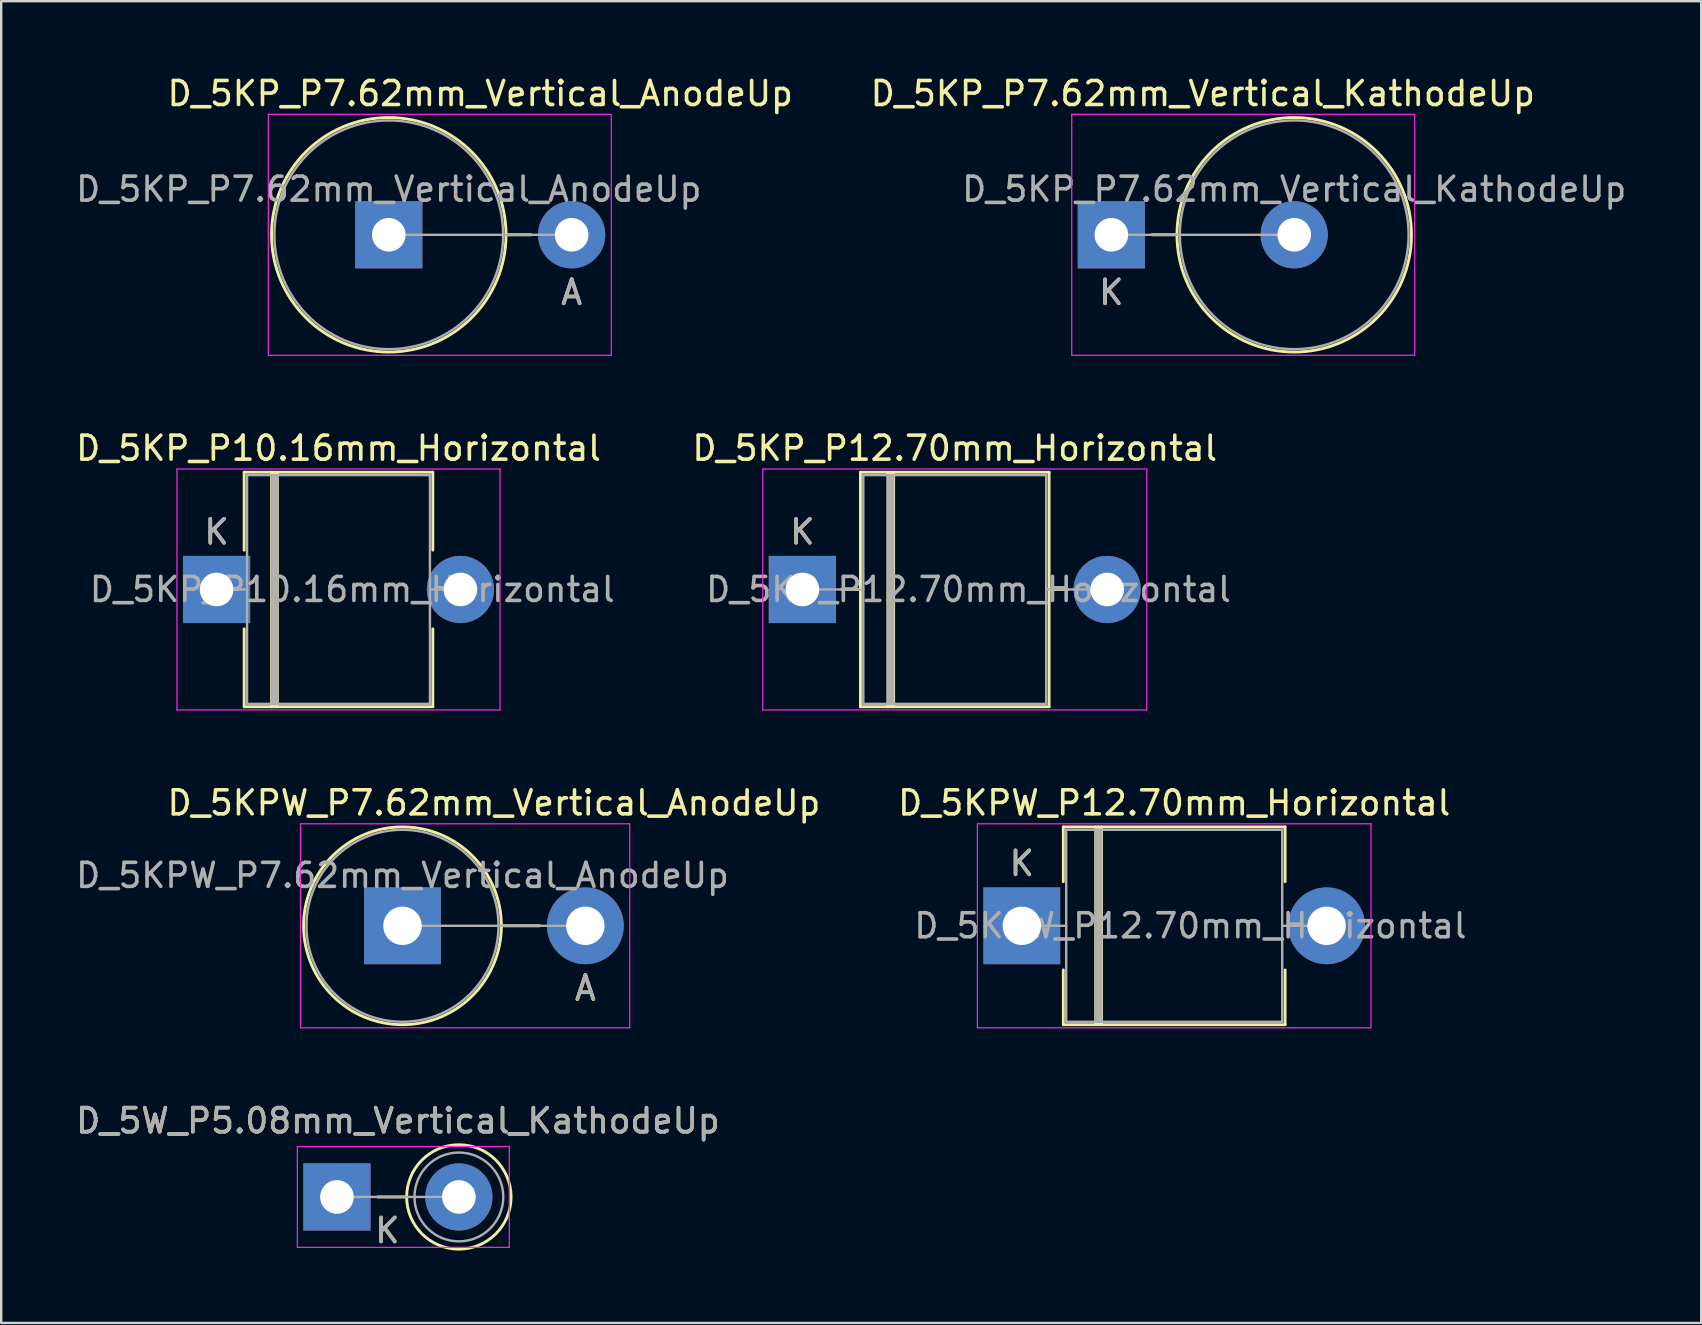
<source format=kicad_pcb>
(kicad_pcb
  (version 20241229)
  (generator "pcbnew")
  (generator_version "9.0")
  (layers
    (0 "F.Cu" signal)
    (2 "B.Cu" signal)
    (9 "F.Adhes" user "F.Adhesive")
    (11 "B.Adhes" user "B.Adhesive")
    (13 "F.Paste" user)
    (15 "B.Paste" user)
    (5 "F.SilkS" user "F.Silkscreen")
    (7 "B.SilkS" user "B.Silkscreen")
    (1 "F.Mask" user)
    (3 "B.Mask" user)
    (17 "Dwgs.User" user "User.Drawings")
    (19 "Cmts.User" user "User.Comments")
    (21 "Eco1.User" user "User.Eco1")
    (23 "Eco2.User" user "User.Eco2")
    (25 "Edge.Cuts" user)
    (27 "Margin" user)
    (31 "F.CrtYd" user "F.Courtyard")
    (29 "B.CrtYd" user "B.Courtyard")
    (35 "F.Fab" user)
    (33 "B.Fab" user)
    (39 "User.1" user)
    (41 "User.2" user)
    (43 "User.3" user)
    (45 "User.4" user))
  (footprint "D_5KPW_P7.62mm_Vertical_AnodeUp"
    (layer "F.Cu")
    (at 13.72 35.525)
    (property "Reference" "D_5KPW_P7.62mm_Vertical_AnodeUp" (at 3.81 -5.12 0) (layer "F.SilkS") (effects (font (size 1 1) (thickness 0.15))))
    (attr through_hole)
    (fp_line (start 4.12 0) (end 5.72 0) (stroke (width 0.12) (type solid)) (layer "F.SilkS"))
    (fp_circle (center 0 0) (end 4.12 0) (stroke (width 0.12) (type solid)) (fill no) (layer "F.SilkS"))
    (fp_line (start -4.25 -4.25) (end -4.25 4.25) (stroke (width 0.05) (type solid)) (layer "F.CrtYd"))
    (fp_line (start -4.25 4.25) (end 9.47 4.25) (stroke (width 0.05) (type solid)) (layer "F.CrtYd"))
    (fp_line (start 9.47 -4.25) (end -4.25 -4.25) (stroke (width 0.05) (type solid)) (layer "F.CrtYd"))
    (fp_line (start 9.47 4.25) (end 9.47 -4.25) (stroke (width 0.05) (type solid)) (layer "F.CrtYd"))
    (fp_line (start 0 0) (end 7.62 0) (stroke (width 0.1) (type solid)) (layer "F.Fab"))
    (fp_circle (center 0 0) (end 4 0) (stroke (width 0.1) (type solid)) (fill no) (layer "F.Fab"))
    (fp_text user "A" (at 7.62 2.6 0) (layer "F.SilkS") (effects (font (size 1 1) (thickness 0.15))))
    (fp_text user "${REFERENCE}" (at 0 -2.1 0) (layer "F.Fab") (effects (font (size 1 1) (thickness 0.15))))
    (fp_text user "A" (at 7.62 2.6 0) (layer "F.Fab") (effects (font (size 1 1) (thickness 0.15))))
    (pad "1" thru_hole rect (at 0 0) (size 3.2 3.2) (drill 1.6) (layers "*.Cu" "*.Mask"))
    (pad "2" thru_hole oval (at 7.62 0) (size 3.2 3.2) (drill 1.6) (layers "*.Cu" "*.Mask")))
  (footprint "D_5W_P5.08mm_Vertical_KathodeUp"
    (layer "F.Cu")
    (at 10.99 46.823)
    (property "Reference" "D_5W_P5.08mm_Vertical_KathodeUp" (at 2.54 -3.175 0) (layer "F.SilkS") (effects (font (size 1 1) (thickness 0.15))))
    (attr through_hole)
    (fp_line (start 2.905 0) (end 1.7 0) (stroke (width 0.12) (type solid)) (layer "F.SilkS"))
    (fp_circle (center 5.08 0) (end 7.255 0) (stroke (width 0.12) (type solid)) (fill no) (layer "F.SilkS"))
    (fp_line (start -1.65 -2.1) (end -1.65 2.1) (stroke (width 0.05) (type solid)) (layer "F.CrtYd"))
    (fp_line (start -1.65 2.1) (end 7.18 2.1) (stroke (width 0.05) (type solid)) (layer "F.CrtYd"))
    (fp_line (start 7.18 -2.1) (end -1.65 -2.1) (stroke (width 0.05) (type solid)) (layer "F.CrtYd"))
    (fp_line (start 7.18 2.1) (end 7.18 -2.1) (stroke (width 0.05) (type solid)) (layer "F.CrtYd"))
    (fp_line (start 0 0) (end 5.08 0) (stroke (width 0.1) (type solid)) (layer "F.Fab"))
    (fp_circle (center 5.08 0) (end 6.93 0) (stroke (width 0.1) (type solid)) (fill no) (layer "F.Fab"))
    (fp_text user "K" (at 2.1 1.4 0) (layer "F.SilkS") (effects (font (size 1 1) (thickness 0.15))))
    (fp_text user "${REFERENCE}" (at 2.54 -3.175 0) (layer "F.Fab") (effects (font (size 1 1) (thickness 0.15))))
    (fp_text user "K" (at 2.1 1.4 0) (layer "F.Fab") (effects (font (size 1 1) (thickness 0.15))))
    (pad "1" thru_hole rect (at 0 0) (size 2.8 2.8) (drill 1.4) (layers "*.Cu" "*.Mask"))
    (pad "2" thru_hole oval (at 5.08 0) (size 2.8 2.8) (drill 1.4) (layers "*.Cu" "*.Mask")))
  (footprint "D_5KP_P7.62mm_Vertical_AnodeUp"
    (layer "F.Cu")
    (at 13.149 6.733)
    (property "Reference" "D_5KP_P7.62mm_Vertical_AnodeUp" (at 3.81 -5.885 0) (layer "F.SilkS") (effects (font (size 1 1) (thickness 0.15))))
    (attr through_hole)
    (fp_line (start 4.885 0) (end 5.92 0) (stroke (width 0.12) (type solid)) (layer "F.SilkS"))
    (fp_circle (center 0 0) (end 4.885 0) (stroke (width 0.12) (type solid)) (fill no) (layer "F.SilkS"))
    (fp_line (start -5.02 -5.02) (end -5.02 5.02) (stroke (width 0.05) (type solid)) (layer "F.CrtYd"))
    (fp_line (start -5.02 5.02) (end 9.27 5.02) (stroke (width 0.05) (type solid)) (layer "F.CrtYd"))
    (fp_line (start 9.27 -5.02) (end -5.02 -5.02) (stroke (width 0.05) (type solid)) (layer "F.CrtYd"))
    (fp_line (start 9.27 5.02) (end 9.27 -5.02) (stroke (width 0.05) (type solid)) (layer "F.CrtYd"))
    (fp_line (start 0 0) (end 7.62 0) (stroke (width 0.1) (type solid)) (layer "F.Fab"))
    (fp_circle (center 0 0) (end 4.765 0) (stroke (width 0.1) (type solid)) (fill no) (layer "F.Fab"))
    (fp_text user "A" (at 7.62 2.4 0) (layer "F.SilkS") (effects (font (size 1 1) (thickness 0.15))))
    (fp_text user "A" (at 7.62 2.4 0) (layer "F.Fab") (effects (font (size 1 1) (thickness 0.15))))
    (fp_text user "${REFERENCE}" (at 0 -1.9 0) (layer "F.Fab") (effects (font (size 1 1) (thickness 0.15))))
    (pad "1" thru_hole rect (at 0 0) (size 2.8 2.8) (drill 1.4) (layers "*.Cu" "*.Mask"))
    (pad "2" thru_hole oval (at 7.62 0) (size 2.8 2.8) (drill 1.4) (layers "*.Cu" "*.Mask")))
  (footprint "D_5KPW_P12.70mm_Horizontal"
    (layer "F.Cu")
    (at 39.525 35.525)
    (property "Reference" "D_5KPW_P12.70mm_Horizontal" (at 6.35 -5.12 0) (layer "F.SilkS") (effects (font (size 1 1) (thickness 0.15))))
    (attr through_hole)
    (fp_line (start 1.73 -4.12) (end 10.97 -4.12) (stroke (width 0.12) (type solid)) (layer "F.SilkS"))
    (fp_line (start 1.73 -1.84) (end 1.73 -4.12) (stroke (width 0.12) (type solid)) (layer "F.SilkS"))
    (fp_line (start 1.73 1.84) (end 1.73 4.12) (stroke (width 0.12) (type solid)) (layer "F.SilkS"))
    (fp_line (start 1.73 4.12) (end 10.97 4.12) (stroke (width 0.12) (type solid)) (layer "F.SilkS"))
    (fp_line (start 3.08 -4.12) (end 3.08 4.12) (stroke (width 0.12) (type solid)) (layer "F.SilkS"))
    (fp_line (start 3.2 -4.12) (end 3.2 4.12) (stroke (width 0.12) (type solid)) (layer "F.SilkS"))
    (fp_line (start 3.32 -4.12) (end 3.32 4.12) (stroke (width 0.12) (type solid)) (layer "F.SilkS"))
    (fp_line (start 10.97 -4.12) (end 10.97 -1.84) (stroke (width 0.12) (type solid)) (layer "F.SilkS"))
    (fp_line (start 10.97 4.12) (end 10.97 1.84) (stroke (width 0.12) (type solid)) (layer "F.SilkS"))
    (fp_line (start -1.85 -4.25) (end -1.85 4.25) (stroke (width 0.05) (type solid)) (layer "F.CrtYd"))
    (fp_line (start -1.85 4.25) (end 14.55 4.25) (stroke (width 0.05) (type solid)) (layer "F.CrtYd"))
    (fp_line (start 14.55 -4.25) (end -1.85 -4.25) (stroke (width 0.05) (type solid)) (layer "F.CrtYd"))
    (fp_line (start 14.55 4.25) (end 14.55 -4.25) (stroke (width 0.05) (type solid)) (layer "F.CrtYd"))
    (fp_line (start 0 0) (end 1.85 0) (stroke (width 0.1) (type solid)) (layer "F.Fab"))
    (fp_line (start 1.85 -4) (end 1.85 4) (stroke (width 0.1) (type solid)) (layer "F.Fab"))
    (fp_line (start 1.85 4) (end 10.85 4) (stroke (width 0.1) (type solid)) (layer "F.Fab"))
    (fp_line (start 3.1 -4) (end 3.1 4) (stroke (width 0.1) (type solid)) (layer "F.Fab"))
    (fp_line (start 3.2 -4) (end 3.2 4) (stroke (width 0.1) (type solid)) (layer "F.Fab"))
    (fp_line (start 3.3 -4) (end 3.3 4) (stroke (width 0.1) (type solid)) (layer "F.Fab"))
    (fp_line (start 10.85 -4) (end 1.85 -4) (stroke (width 0.1) (type solid)) (layer "F.Fab"))
    (fp_line (start 10.85 4) (end 10.85 -4) (stroke (width 0.1) (type solid)) (layer "F.Fab"))
    (fp_line (start 12.7 0) (end 10.85 0) (stroke (width 0.1) (type solid)) (layer "F.Fab"))
    (fp_text user "K" (at 0 -2.6 0) (layer "F.SilkS") (effects (font (size 1 1) (thickness 0.15))))
    (fp_text user "K" (at 0 -2.6 0) (layer "F.Fab") (effects (font (size 1 1) (thickness 0.15))))
    (fp_text user "${REFERENCE}" (at 7.025 0 0) (layer "F.Fab") (effects (font (size 1 1) (thickness 0.15))))
    (pad "1" thru_hole rect (at 0 0) (size 3.2 3.2) (drill 1.6) (layers "*.Cu" "*.Mask"))
    (pad "2" thru_hole oval (at 12.7 0) (size 3.2 3.2) (drill 1.6) (layers "*.Cu" "*.Mask")))
  (footprint "D_5KP_P7.62mm_Vertical_KathodeUp"
    (layer "F.Cu")
    (at 43.256 6.733)
    (property "Reference" "D_5KP_P7.62mm_Vertical_KathodeUp" (at 3.81 -5.885 0) (layer "F.SilkS") (effects (font (size 1 1) (thickness 0.15))))
    (attr through_hole)
    (fp_line (start 2.735 0) (end 1.7 0) (stroke (width 0.12) (type solid)) (layer "F.SilkS"))
    (fp_circle (center 7.62 0) (end 12.505 0) (stroke (width 0.12) (type solid)) (fill no) (layer "F.SilkS"))
    (fp_line (start -1.65 -5.02) (end -1.65 5.02) (stroke (width 0.05) (type solid)) (layer "F.CrtYd"))
    (fp_line (start -1.65 5.02) (end 12.64 5.02) (stroke (width 0.05) (type solid)) (layer "F.CrtYd"))
    (fp_line (start 12.64 -5.02) (end -1.65 -5.02) (stroke (width 0.05) (type solid)) (layer "F.CrtYd"))
    (fp_line (start 12.64 5.02) (end 12.64 -5.02) (stroke (width 0.05) (type solid)) (layer "F.CrtYd"))
    (fp_line (start 0 0) (end 7.62 0) (stroke (width 0.1) (type solid)) (layer "F.Fab"))
    (fp_circle (center 7.62 0) (end 12.385 0) (stroke (width 0.1) (type solid)) (fill no) (layer "F.Fab"))
    (fp_text user "K" (at 0 2.4 0) (layer "F.SilkS") (effects (font (size 1 1) (thickness 0.15))))
    (fp_text user "K" (at 0 2.4 0) (layer "F.Fab") (effects (font (size 1 1) (thickness 0.15))))
    (fp_text user "${REFERENCE}" (at 7.62 -1.9 0) (layer "F.Fab") (effects (font (size 1 1) (thickness 0.15))))
    (pad "1" thru_hole rect (at 0 0) (size 2.8 2.8) (drill 1.4) (layers "*.Cu" "*.Mask"))
    (pad "2" thru_hole oval (at 7.62 0) (size 2.8 2.8) (drill 1.4) (layers "*.Cu" "*.Mask")))
  (footprint "D_5KP_P10.16mm_Horizontal"
    (layer "F.Cu")
    (at 5.974 21.512)
    (property "Reference" "D_5KP_P10.16mm_Horizontal" (at 5.08 -5.885 0) (layer "F.SilkS") (effects (font (size 1 1) (thickness 0.15))))
    (attr through_hole)
    (fp_line (start 1.15 -4.885) (end 9.01 -4.885) (stroke (width 0.12) (type solid)) (layer "F.SilkS"))
    (fp_line (start 1.15 -1.64) (end 1.15 -4.885) (stroke (width 0.12) (type solid)) (layer "F.SilkS"))
    (fp_line (start 1.15 1.64) (end 1.15 4.885) (stroke (width 0.12) (type solid)) (layer "F.SilkS"))
    (fp_line (start 1.15 4.885) (end 9.01 4.885) (stroke (width 0.12) (type solid)) (layer "F.SilkS"))
    (fp_line (start 2.293 -4.885) (end 2.293 4.885) (stroke (width 0.12) (type solid)) (layer "F.SilkS"))
    (fp_line (start 2.413 -4.885) (end 2.413 4.885) (stroke (width 0.12) (type solid)) (layer "F.SilkS"))
    (fp_line (start 2.533 -4.885) (end 2.533 4.885) (stroke (width 0.12) (type solid)) (layer "F.SilkS"))
    (fp_line (start 9.01 -4.885) (end 9.01 -1.64) (stroke (width 0.12) (type solid)) (layer "F.SilkS"))
    (fp_line (start 9.01 4.885) (end 9.01 1.64) (stroke (width 0.12) (type solid)) (layer "F.SilkS"))
    (fp_line (start -1.65 -5.02) (end -1.65 5.02) (stroke (width 0.05) (type solid)) (layer "F.CrtYd"))
    (fp_line (start -1.65 5.02) (end 11.81 5.02) (stroke (width 0.05) (type solid)) (layer "F.CrtYd"))
    (fp_line (start 11.81 -5.02) (end -1.65 -5.02) (stroke (width 0.05) (type solid)) (layer "F.CrtYd"))
    (fp_line (start 11.81 5.02) (end 11.81 -5.02) (stroke (width 0.05) (type solid)) (layer "F.CrtYd"))
    (fp_line (start 0 0) (end 1.27 0) (stroke (width 0.1) (type solid)) (layer "F.Fab"))
    (fp_line (start 1.27 -4.765) (end 1.27 4.765) (stroke (width 0.1) (type solid)) (layer "F.Fab"))
    (fp_line (start 1.27 4.765) (end 8.89 4.765) (stroke (width 0.1) (type solid)) (layer "F.Fab"))
    (fp_line (start 2.313 -4.765) (end 2.313 4.765) (stroke (width 0.1) (type solid)) (layer "F.Fab"))
    (fp_line (start 2.413 -4.765) (end 2.413 4.765) (stroke (width 0.1) (type solid)) (layer "F.Fab"))
    (fp_line (start 2.513 -4.765) (end 2.513 4.765) (stroke (width 0.1) (type solid)) (layer "F.Fab"))
    (fp_line (start 8.89 -4.765) (end 1.27 -4.765) (stroke (width 0.1) (type solid)) (layer "F.Fab"))
    (fp_line (start 8.89 4.765) (end 8.89 -4.765) (stroke (width 0.1) (type solid)) (layer "F.Fab"))
    (fp_line (start 10.16 0) (end 8.89 0) (stroke (width 0.1) (type solid)) (layer "F.Fab"))
    (fp_text user "K" (at 0 -2.4 0) (layer "F.SilkS") (effects (font (size 1 1) (thickness 0.15))))
    (fp_text user "K" (at 0 -2.4 0) (layer "F.Fab") (effects (font (size 1 1) (thickness 0.15))))
    (fp_text user "${REFERENCE}" (at 5.652 0 0) (layer "F.Fab") (effects (font (size 1 1) (thickness 0.15))))
    (pad "1" thru_hole rect (at 0 0) (size 2.8 2.8) (drill 1.4) (layers "*.Cu" "*.Mask"))
    (pad "2" thru_hole oval (at 10.16 0) (size 2.8 2.8) (drill 1.4) (layers "*.Cu" "*.Mask")))
  (footprint "D_5KP_P12.70mm_Horizontal"
    (layer "F.Cu")
    (at 30.382 21.512)
    (property "Reference" "D_5KP_P12.70mm_Horizontal" (at 6.35 -5.885 0) (layer "F.SilkS") (effects (font (size 1 1) (thickness 0.15))))
    (attr through_hole)
    (fp_line (start 1.64 0) (end 2.42 0) (stroke (width 0.12) (type solid)) (layer "F.SilkS"))
    (fp_line (start 2.42 -4.885) (end 2.42 4.885) (stroke (width 0.12) (type solid)) (layer "F.SilkS"))
    (fp_line (start 2.42 4.885) (end 10.28 4.885) (stroke (width 0.12) (type solid)) (layer "F.SilkS"))
    (fp_line (start 3.563 -4.885) (end 3.563 4.885) (stroke (width 0.12) (type solid)) (layer "F.SilkS"))
    (fp_line (start 3.683 -4.885) (end 3.683 4.885) (stroke (width 0.12) (type solid)) (layer "F.SilkS"))
    (fp_line (start 3.803 -4.885) (end 3.803 4.885) (stroke (width 0.12) (type solid)) (layer "F.SilkS"))
    (fp_line (start 10.28 -4.885) (end 2.42 -4.885) (stroke (width 0.12) (type solid)) (layer "F.SilkS"))
    (fp_line (start 10.28 4.885) (end 10.28 -4.885) (stroke (width 0.12) (type solid)) (layer "F.SilkS"))
    (fp_line (start 11.06 0) (end 10.28 0) (stroke (width 0.12) (type solid)) (layer "F.SilkS"))
    (fp_line (start -1.65 -5.02) (end -1.65 5.02) (stroke (width 0.05) (type solid)) (layer "F.CrtYd"))
    (fp_line (start -1.65 5.02) (end 14.35 5.02) (stroke (width 0.05) (type solid)) (layer "F.CrtYd"))
    (fp_line (start 14.35 -5.02) (end -1.65 -5.02) (stroke (width 0.05) (type solid)) (layer "F.CrtYd"))
    (fp_line (start 14.35 5.02) (end 14.35 -5.02) (stroke (width 0.05) (type solid)) (layer "F.CrtYd"))
    (fp_line (start 0 0) (end 2.54 0) (stroke (width 0.1) (type solid)) (layer "F.Fab"))
    (fp_line (start 2.54 -4.765) (end 2.54 4.765) (stroke (width 0.1) (type solid)) (layer "F.Fab"))
    (fp_line (start 2.54 4.765) (end 10.16 4.765) (stroke (width 0.1) (type solid)) (layer "F.Fab"))
    (fp_line (start 3.583 -4.765) (end 3.583 4.765) (stroke (width 0.1) (type solid)) (layer "F.Fab"))
    (fp_line (start 3.683 -4.765) (end 3.683 4.765) (stroke (width 0.1) (type solid)) (layer "F.Fab"))
    (fp_line (start 3.783 -4.765) (end 3.783 4.765) (stroke (width 0.1) (type solid)) (layer "F.Fab"))
    (fp_line (start 10.16 -4.765) (end 2.54 -4.765) (stroke (width 0.1) (type solid)) (layer "F.Fab"))
    (fp_line (start 10.16 4.765) (end 10.16 -4.765) (stroke (width 0.1) (type solid)) (layer "F.Fab"))
    (fp_line (start 12.7 0) (end 10.16 0) (stroke (width 0.1) (type solid)) (layer "F.Fab"))
    (fp_text user "K" (at 0 -2.4 0) (layer "F.SilkS") (effects (font (size 1 1) (thickness 0.15))))
    (fp_text user "${REFERENCE}" (at 6.921 0 0) (layer "F.Fab") (effects (font (size 1 1) (thickness 0.15))))
    (fp_text user "K" (at 0 -2.4 0) (layer "F.Fab") (effects (font (size 1 1) (thickness 0.15))))
    (pad "1" thru_hole rect (at 0 0) (size 2.8 2.8) (drill 1.4) (layers "*.Cu" "*.Mask"))
    (pad "2" thru_hole oval (at 12.7 0) (size 2.8 2.8) (drill 1.4) (layers "*.Cu" "*.Mask")))
  (gr_rect
    (start -3 -3)
    (end 67.834 52.071)
    (stroke (width 0.1) (type default))
    (fill no)
    (layer "Edge.Cuts")))
</source>
